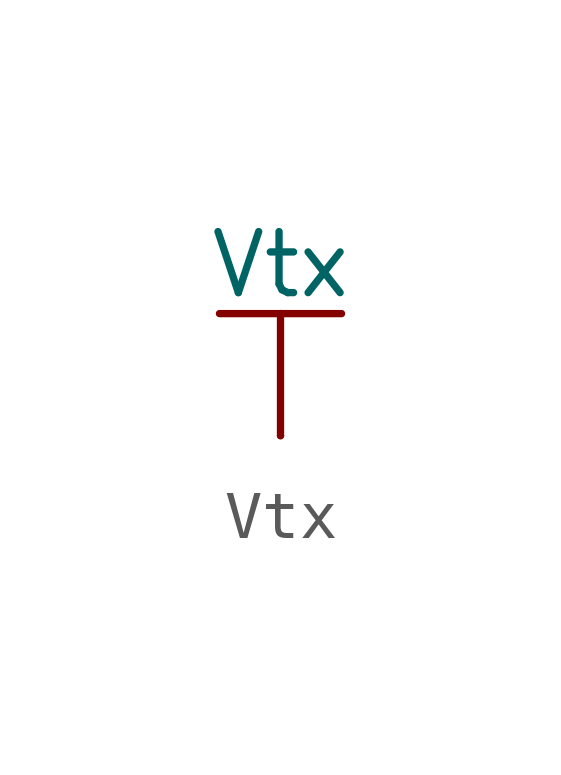
<source format=kicad_sym>
(kicad_symbol_lib
  (version 20231120)
  (generator "kicad_symbol_editor")
  (generator_version "8.0")
  (symbol "Vtx"
    (power)
    (pin_numbers hide)
    (pin_names
      (offset 0) hide)
    (property "Reference" "#PWR"
      (at 0 -3.81 0)
      (effects (font (size 1.27 1.27)) (hide yes)))
    (property "Value" "Vtx"
      (at 0 3.556 0)
      (effects (font (size 1.27 1.27))))
    (symbol "Vtx_0_1"
      (polyline (pts (xy -1.27 2.54) (xy 0 2.54)) (stroke (width 0) (type default)) (fill (type none)))
      (polyline (pts (xy 0 0) (xy 0 2.54)) (stroke (width 0) (type default)) (fill (type none)))
      (polyline (pts (xy 0 2.54) (xy 1.27 2.54)) (stroke (width 0) (type default)) (fill (type none))))
    (symbol "Vtx_1_1"
      (pin power_in line (at 0 0 90) (length 0) (name "~" (effects (font (size 1.27 1.27)))) (number "1" (effects (font (size 1.27 1.27))))))))
</source>
